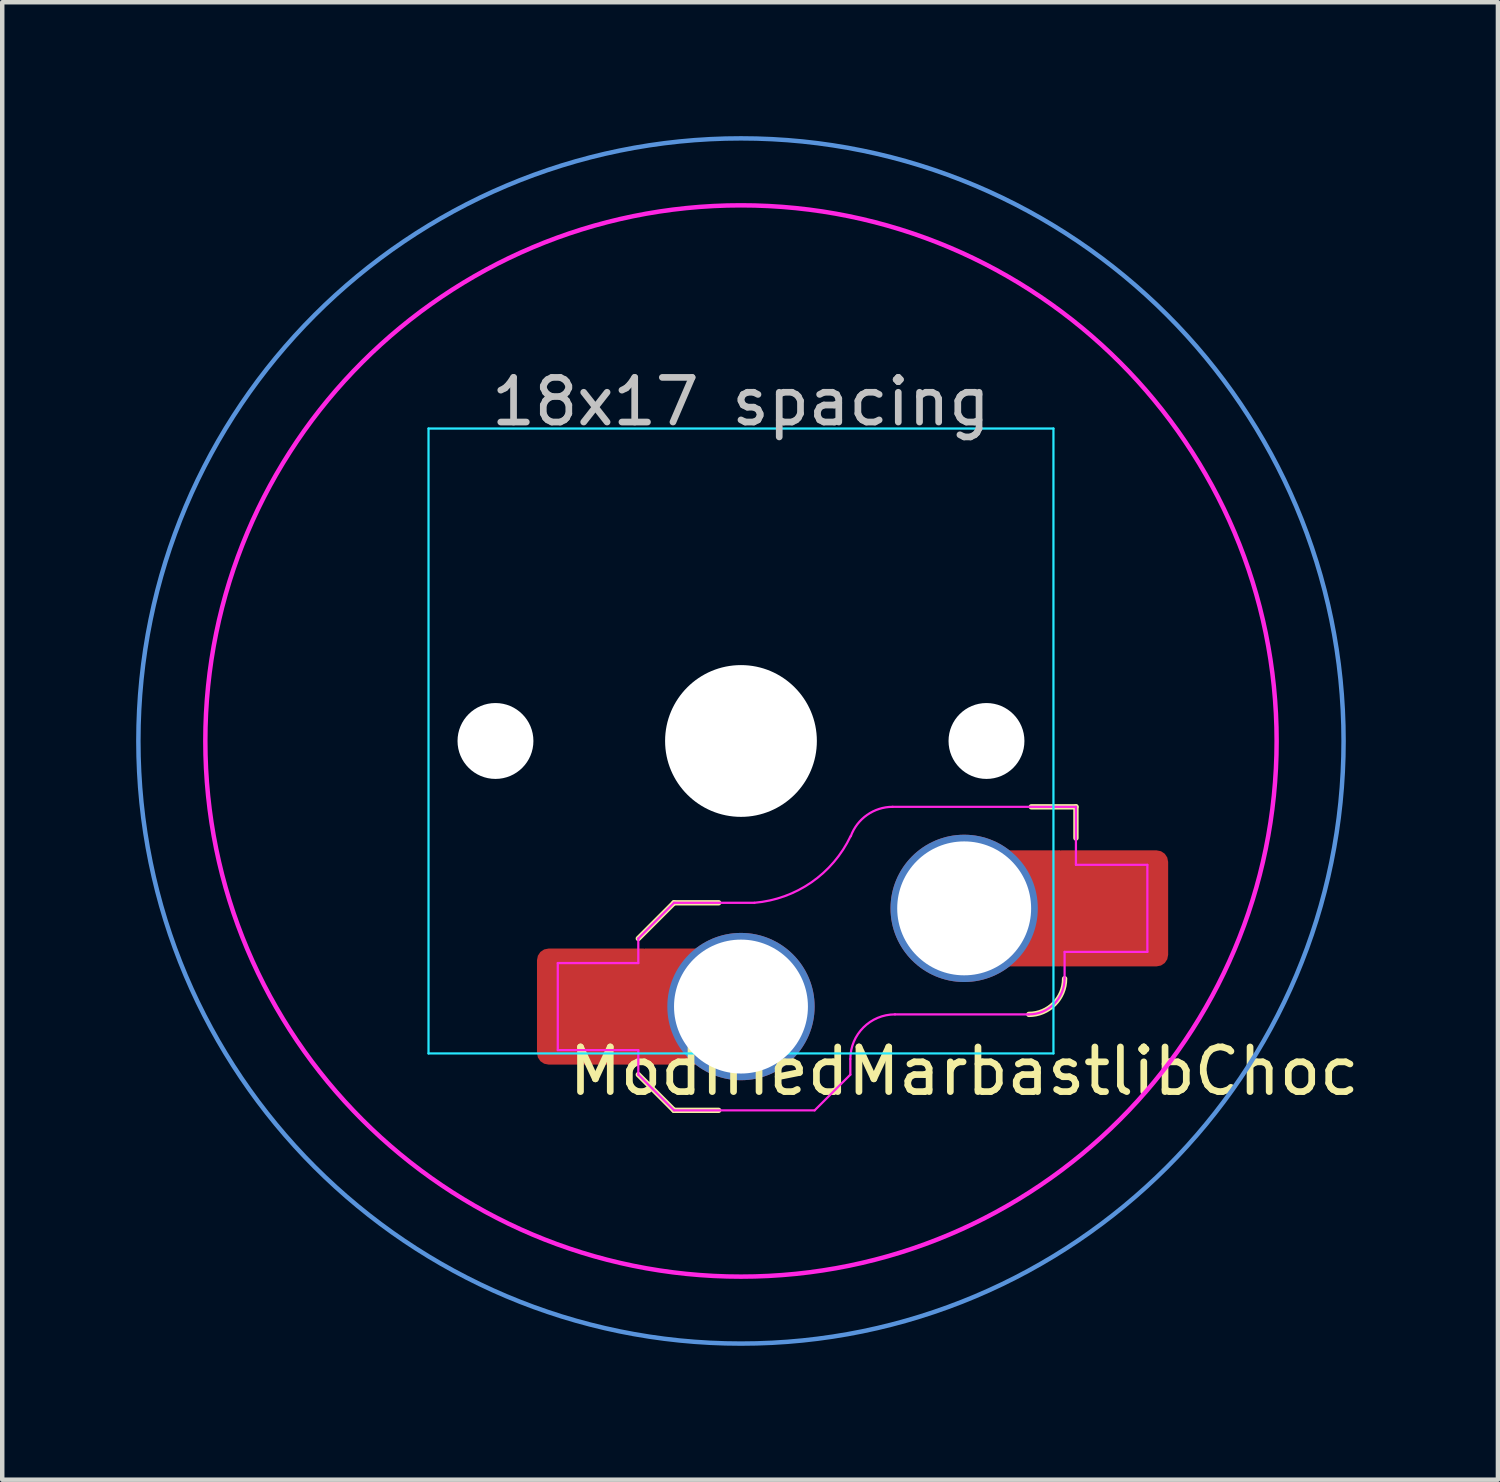
<source format=kicad_pcb>
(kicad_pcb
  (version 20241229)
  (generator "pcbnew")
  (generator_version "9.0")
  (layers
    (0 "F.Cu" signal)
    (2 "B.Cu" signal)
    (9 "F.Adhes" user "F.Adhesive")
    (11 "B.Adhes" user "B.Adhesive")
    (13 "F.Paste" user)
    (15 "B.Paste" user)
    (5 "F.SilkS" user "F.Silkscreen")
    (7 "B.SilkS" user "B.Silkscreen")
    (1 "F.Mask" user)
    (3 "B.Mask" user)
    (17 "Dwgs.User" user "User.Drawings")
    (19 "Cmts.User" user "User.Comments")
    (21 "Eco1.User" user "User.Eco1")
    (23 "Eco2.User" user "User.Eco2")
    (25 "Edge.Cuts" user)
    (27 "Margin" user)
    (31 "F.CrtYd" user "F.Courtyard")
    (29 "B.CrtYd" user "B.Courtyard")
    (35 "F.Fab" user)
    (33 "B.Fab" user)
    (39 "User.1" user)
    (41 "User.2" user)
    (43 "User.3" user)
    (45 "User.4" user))
  (footprint "ModifiedMarbastlibChoc"
    (layer "F.Cu")
    (at 13.55 13.55)
    (property "Reference" "ModifiedMarbastlibChoc" (at 5 7.4 180) (layer "F.SilkS") (effects (font (size 1 1) (thickness 0.15))))
    (attr smd)
    (fp_line (start -2.3 7.475) (end -1.5 8.275) (stroke (width 0.12) (type solid)) (layer "F.SilkS"))
    (fp_line (start -1.5 3.625) (end -2.3 4.425) (stroke (width 0.12) (type solid)) (layer "F.SilkS"))
    (fp_line (start -1.5 3.625) (end -0.5 3.625) (stroke (width 0.12) (type solid)) (layer "F.SilkS"))
    (fp_line (start -1.5 8.275) (end -0.5 8.275) (stroke (width 0.12) (type solid)) (layer "F.SilkS"))
    (fp_line (start 7.504 1.475) (end 6.504 1.475) (stroke (width 0.12) (type solid)) (layer "F.SilkS"))
    (fp_line (start 7.504 1.475) (end 7.504 2.175) (stroke (width 0.12) (type solid)) (layer "F.SilkS"))
    (fp_arc (start 7.25 5.325) (mid 7.015685 5.890685) (end 6.45 6.125) (stroke (width 0.12) (type solid)) (layer "F.SilkS"))
    (fp_circle (center 0 0) (end 13.5 0) (stroke (width 0.1) (type default)) (fill no) (layer "Cmts.User"))
    (fp_line (start -6.95 -6.45) (end -6.95 6.45) (stroke (width 0.05) (type solid)) (layer "Eco2.User"))
    (fp_line (start -6.45 6.95) (end 6.45 6.95) (stroke (width 0.05) (type solid)) (layer "Eco2.User"))
    (fp_line (start 6.45 -6.95) (end -6.45 -6.95) (stroke (width 0.05) (type solid)) (layer "Eco2.User"))
    (fp_line (start 6.95 6.45) (end 6.95 -6.45) (stroke (width 0.05) (type solid)) (layer "Eco2.User"))
    (fp_arc (start -6.95 -6.45) (mid -6.803553 -6.803553) (end -6.45 -6.95) (stroke (width 0.05) (type solid)) (layer "Eco2.User"))
    (fp_arc (start -6.45 6.95) (mid -6.803553 6.803553) (end -6.95 6.45) (stroke (width 0.05) (type solid)) (layer "Eco2.User"))
    (fp_arc (start 6.45 -6.95) (mid 6.803553 -6.803553) (end 6.95 -6.45) (stroke (width 0.05) (type solid)) (layer "Eco2.User"))
    (fp_arc (start 6.95 6.45) (mid 6.803553 6.803553) (end 6.45 6.95) (stroke (width 0.05) (type solid)) (layer "Eco2.User"))
    (fp_line (start -7 -7) (end -7 7) (stroke (width 0.05) (type solid)) (layer "B.CrtYd"))
    (fp_line (start -7 7) (end 7 7) (stroke (width 0.05) (type solid)) (layer "B.CrtYd"))
    (fp_line (start 7 -7) (end -7 -7) (stroke (width 0.05) (type solid)) (layer "B.CrtYd"))
    (fp_line (start 7 7) (end 7 -7) (stroke (width 0.05) (type solid)) (layer "B.CrtYd"))
    (fp_line (start -4.104 4.975) (end -4.104 6.925) (stroke (width 0.05) (type solid)) (layer "F.CrtYd"))
    (fp_line (start -4.104 4.975) (end -2.3 4.975) (stroke (width 0.05) (type solid)) (layer "F.CrtYd"))
    (fp_line (start -4.104 6.925) (end -2.3 6.925) (stroke (width 0.05) (type solid)) (layer "F.CrtYd"))
    (fp_line (start -2.3 4.975) (end -2.3 4.425) (stroke (width 0.05) (type solid)) (layer "F.CrtYd"))
    (fp_line (start -2.3 7.475) (end -2.3 6.925) (stroke (width 0.05) (type solid)) (layer "F.CrtYd"))
    (fp_line (start -2.3 7.475) (end -1.5 8.275) (stroke (width 0.05) (type solid)) (layer "F.CrtYd"))
    (fp_line (start -1.5 3.625) (end -2.3 4.425) (stroke (width 0.05) (type solid)) (layer "F.CrtYd"))
    (fp_line (start -1.5 3.625) (end 0.3 3.625) (stroke (width 0.05) (type solid)) (layer "F.CrtYd"))
    (fp_line (start -1.5 8.275) (end 1.65 8.275) (stroke (width 0.05) (type solid)) (layer "F.CrtYd"))
    (fp_line (start 2.45 7.475) (end 1.65 8.275) (stroke (width 0.05) (type solid)) (layer "F.CrtYd"))
    (fp_line (start 2.45 7.475) (end 2.45 7.125) (stroke (width 0.05) (type solid)) (layer "F.CrtYd"))
    (fp_line (start 3.45 6.125) (end 6.45 6.125) (stroke (width 0.05) (type solid)) (layer "F.CrtYd"))
    (fp_line (start 7.25 4.725) (end 9.104 4.725) (stroke (width 0.05) (type solid)) (layer "F.CrtYd"))
    (fp_line (start 7.25 5.325) (end 7.25 4.725) (stroke (width 0.05) (type solid)) (layer "F.CrtYd"))
    (fp_line (start 7.504 1.475) (end 3.4 1.475) (stroke (width 0.05) (type solid)) (layer "F.CrtYd"))
    (fp_line (start 7.504 1.475) (end 7.504 2.175) (stroke (width 0.05) (type solid)) (layer "F.CrtYd"))
    (fp_line (start 7.504 2.175) (end 7.504 2.775) (stroke (width 0.05) (type solid)) (layer "F.CrtYd"))
    (fp_line (start 9.104 2.775) (end 7.504 2.775) (stroke (width 0.05) (type solid)) (layer "F.CrtYd"))
    (fp_line (start 9.104 4.725) (end 9.104 2.775) (stroke (width 0.05) (type solid)) (layer "F.CrtYd"))
    (fp_arc (start 2.45 7.125) (mid 2.742893 6.417893) (end 3.45 6.125) (stroke (width 0.05) (type solid)) (layer "F.CrtYd"))
    (fp_arc (start 2.455444 2.13293) (mid 1.577272 3.167235) (end 0.299999 3.624999) (stroke (width 0.05) (type solid)) (layer "F.CrtYd"))
    (fp_arc (start 2.460307 2.13298) (mid 2.826423 1.655848) (end 3.4 1.475) (stroke (width 0.05) (type solid)) (layer "F.CrtYd"))
    (fp_arc (start 7.25 5.325) (mid 7.015685 5.890685) (end 6.45 6.125) (stroke (width 0.05) (type solid)) (layer "F.CrtYd"))
    (fp_circle (center 0 0) (end 12 0) (stroke (width 0.1) (type default)) (fill no) (layer "F.CrtYd"))
    (fp_text user "18x17 spacing" (at 0 -7.6 180) (layer "Dwgs.User") (effects (font (size 1 1) (thickness 0.15))))
    (fp_text user "19.05 spacing" (at 0 -8.7 180) (layer "Eco1.User") (effects (font (size 1 1) (thickness 0.15))))
    (pad "" np_thru_hole circle (at -5.5 0 180) (size 1.7 1.7) (drill 1.7) (layers "*.Cu" "*.Mask"))
    (pad "" np_thru_hole circle (at 0 0 180) (size 3.4 3.4) (drill 3.4) (layers "*.Cu" "*.Mask"))
    (pad "" np_thru_hole circle (at 5.5 0 180) (size 1.7 1.7) (drill 1.7) (layers "*.Cu" "*.Mask"))
    (pad "1" thru_hole circle (at 5 3.75) (size 3.3 3.3) (drill 3) (layers "*.Cu" "F.Mask"))
    (pad "1" smd rect (at 6.55 3.75) (size 1.2 2.6) (layers "F.Cu"))
    (pad "1" smd roundrect (at 8.245 3.75) (size 2.65 2.6) (layers "F.Cu" "F.Mask" "F.Paste") (roundrect_rratio 0.1))
    (pad "2" smd roundrect (at -3.245 5.95) (size 2.65 2.6) (layers "F.Cu" "F.Mask" "F.Paste") (roundrect_rratio 0.1))
    (pad "2" smd rect (at -1.55 5.95 180) (size 1.2 2.6) (layers "F.Cu"))
    (pad "2" thru_hole circle (at 0 5.95) (size 3.3 3.3) (drill 3) (layers "*.Cu" "F.Mask")))
  (gr_rect
    (start -3 -3)
    (end 30.508 30.1)
    (stroke (width 0.1) (type default))
    (fill no)
    (layer "Edge.Cuts")))
</source>
